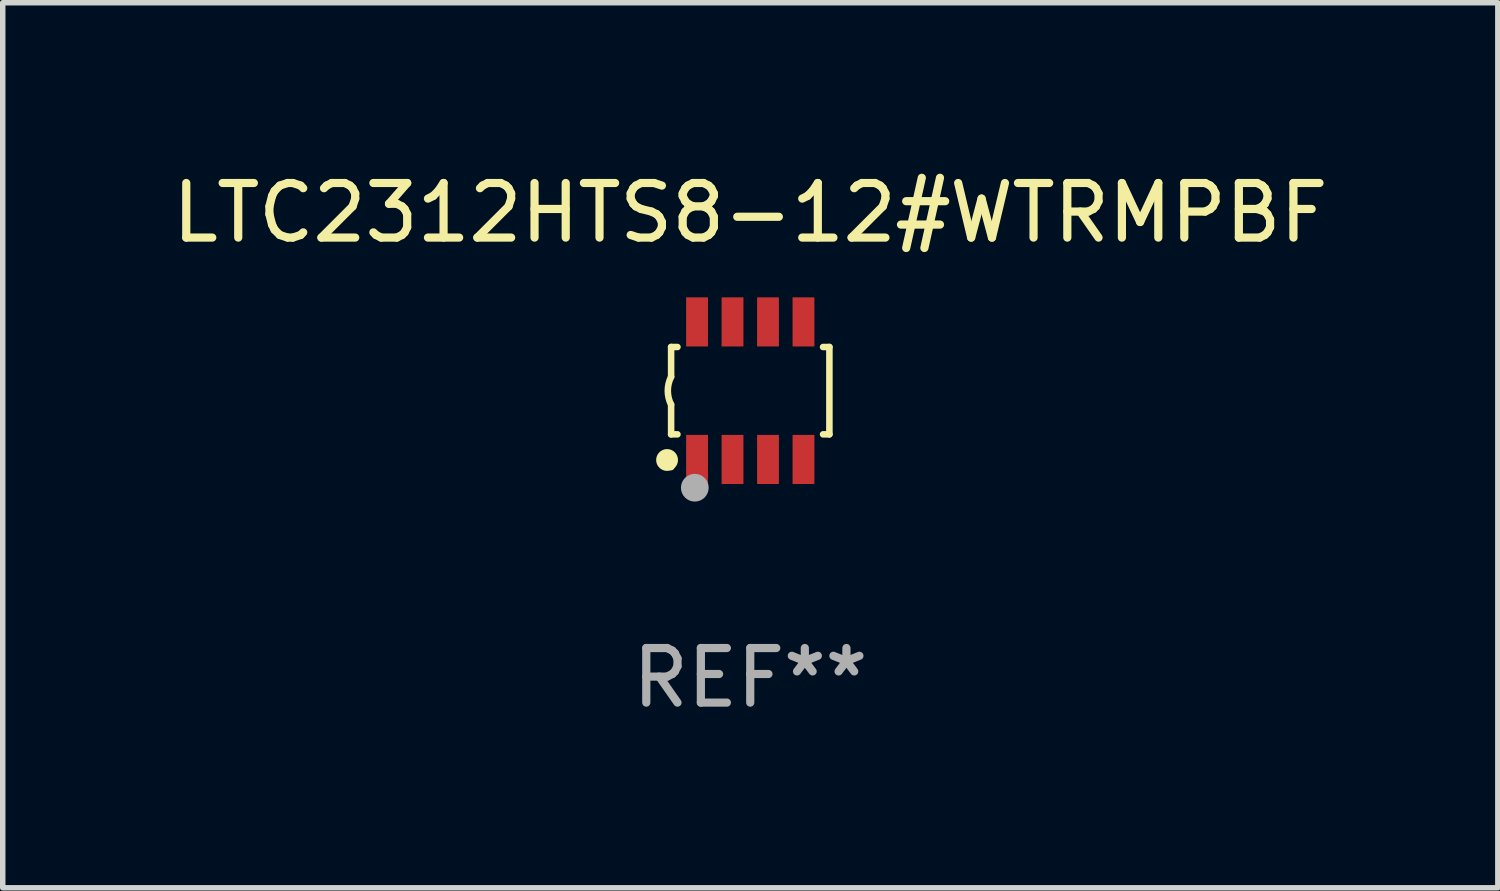
<source format=kicad_pcb>
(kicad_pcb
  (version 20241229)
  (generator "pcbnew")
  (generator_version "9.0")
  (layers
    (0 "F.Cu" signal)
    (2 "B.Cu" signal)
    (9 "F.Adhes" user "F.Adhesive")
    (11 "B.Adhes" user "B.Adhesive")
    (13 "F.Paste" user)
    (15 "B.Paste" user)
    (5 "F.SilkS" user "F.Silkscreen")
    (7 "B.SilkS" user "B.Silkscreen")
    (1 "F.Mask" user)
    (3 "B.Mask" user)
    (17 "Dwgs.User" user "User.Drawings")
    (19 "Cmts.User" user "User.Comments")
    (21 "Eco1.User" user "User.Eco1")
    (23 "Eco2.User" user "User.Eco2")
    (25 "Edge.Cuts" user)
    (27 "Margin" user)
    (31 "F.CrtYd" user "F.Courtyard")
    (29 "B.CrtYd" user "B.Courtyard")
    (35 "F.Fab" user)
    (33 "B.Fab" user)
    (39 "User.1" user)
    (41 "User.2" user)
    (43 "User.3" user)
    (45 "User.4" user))
  (footprint "LTC2312HTS8-12#WTRMPBF"
    (layer "F.Cu")
    (at 10.696 4.108)
    (property "Reference" "LTC2312HTS8-12#WTRMPBF" (at 0 -3.26 0) (layer "F.SilkS") (effects (font (size 1 1) (thickness 0.15))))
    (attr through_hole)
    (fp_line (start -1.45 -0.8) (end -1.45 -0.254) (stroke (width 0.12) (type solid)) (layer "F.SilkS"))
    (fp_line (start -1.45 -0.8) (end -1.334 -0.8) (stroke (width 0.12) (type solid)) (layer "F.SilkS"))
    (fp_line (start -1.45 0.8) (end -1.45 0.254) (stroke (width 0.12) (type solid)) (layer "F.SilkS"))
    (fp_line (start -1.45 0.8) (end -1.334 0.8) (stroke (width 0.12) (type solid)) (layer "F.SilkS"))
    (fp_line (start 1.334 -0.8) (end 1.45 -0.8) (stroke (width 0.12) (type solid)) (layer "F.SilkS"))
    (fp_line (start 1.334 0.8) (end 1.45 0.8) (stroke (width 0.12) (type solid)) (layer "F.SilkS"))
    (fp_line (start 1.45 0.8) (end 1.45 -0.8) (stroke (width 0.12) (type solid)) (layer "F.SilkS"))
    (fp_arc (start -1.45075 0.255144) (mid -1.510605 0.000434) (end -1.450013 -0.254102) (stroke (width 0.11999) (type solid)) (layer "F.SilkS"))
    (fp_circle (center -1.524 1.27) (end -1.424 1.27) (stroke (width 0.2) (type solid)) (fill no) (layer "F.SilkS"))
    (fp_circle (center -1.45 1.4) (end -1.42 1.4) (stroke (width 0.06) (type solid)) (fill no) (layer "F.SilkS"))
    (fp_circle (center -1.016 1.778) (end -0.889 1.778) (stroke (width 0.254) (type solid)) (fill no) (layer "F.Fab"))
    (fp_text user "REF**" (at 0 5.26 0) (layer "F.Fab") (effects (font (size 1 1) (thickness 0.15))))
    (pad "1" smd rect (at -0.975 1.26) (size 0.4 0.9) (layers "F.Cu" "F.Mask" "F.Paste"))
    (pad "2" smd rect (at -0.325 1.26) (size 0.4 0.9) (layers "F.Cu" "F.Mask" "F.Paste"))
    (pad "3" smd rect (at 0.325 1.26) (size 0.4 0.9) (layers "F.Cu" "F.Mask" "F.Paste"))
    (pad "4" smd rect (at 0.975 1.26) (size 0.4 0.9) (layers "F.Cu" "F.Mask" "F.Paste"))
    (pad "5" smd rect (at 0.975 -1.26) (size 0.4 0.9) (layers "F.Cu" "F.Mask" "F.Paste"))
    (pad "6" smd rect (at 0.325 -1.26) (size 0.4 0.9) (layers "F.Cu" "F.Mask" "F.Paste"))
    (pad "7" smd rect (at -0.325 -1.26) (size 0.4 0.9) (layers "F.Cu" "F.Mask" "F.Paste"))
    (pad "8" smd rect (at -0.975 -1.26) (size 0.4 0.9) (layers "F.Cu" "F.Mask" "F.Paste")))
  (gr_rect
    (start -3 -3)
    (end 24.393 13.216)
    (stroke (width 0.1) (type default))
    (fill no)
    (layer "Edge.Cuts")))
</source>
